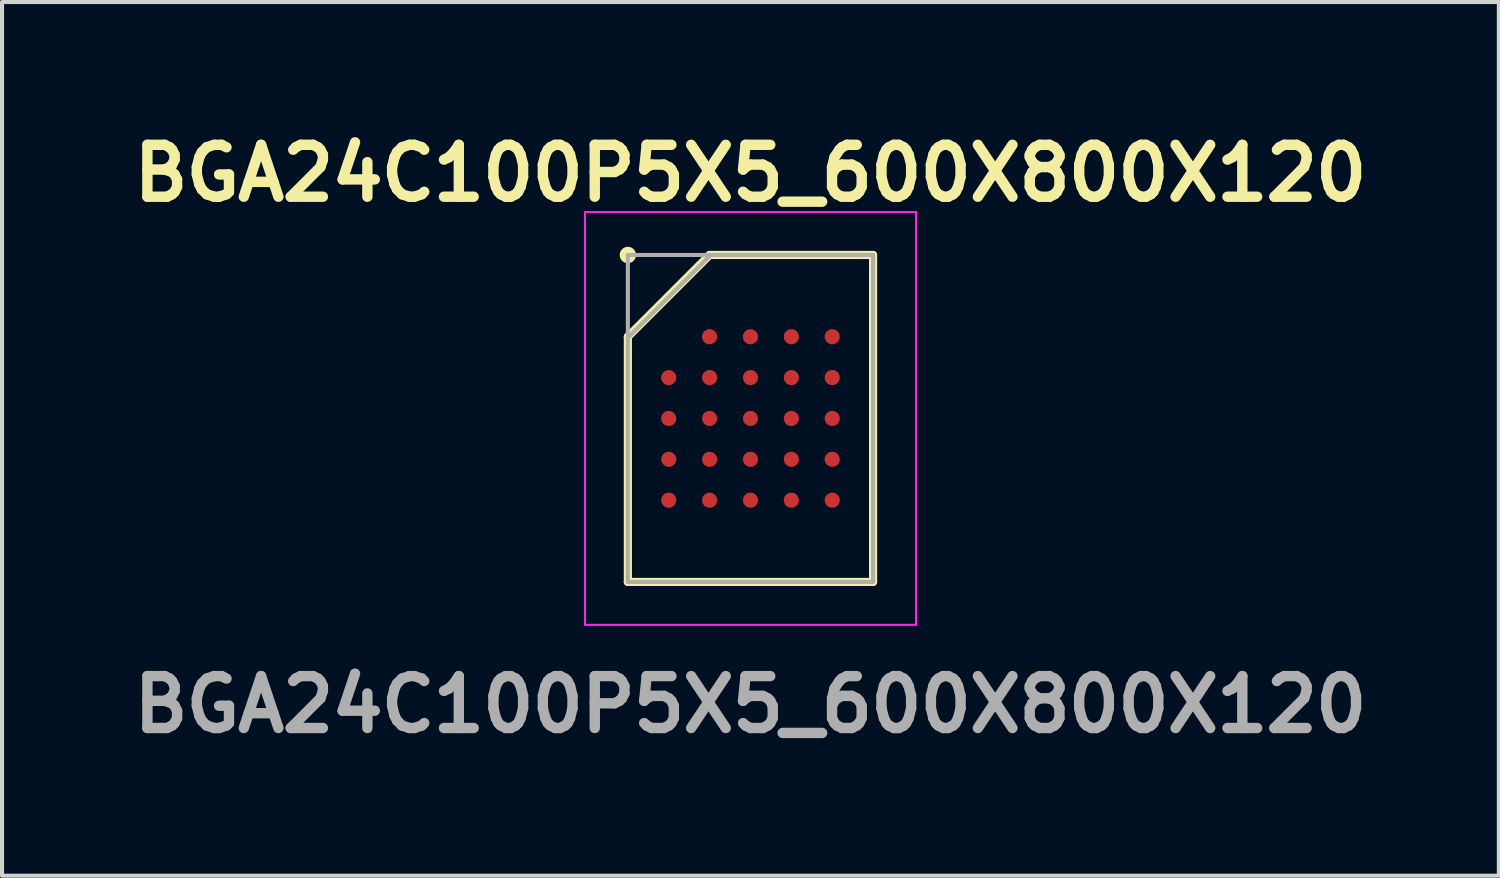
<source format=kicad_pcb>
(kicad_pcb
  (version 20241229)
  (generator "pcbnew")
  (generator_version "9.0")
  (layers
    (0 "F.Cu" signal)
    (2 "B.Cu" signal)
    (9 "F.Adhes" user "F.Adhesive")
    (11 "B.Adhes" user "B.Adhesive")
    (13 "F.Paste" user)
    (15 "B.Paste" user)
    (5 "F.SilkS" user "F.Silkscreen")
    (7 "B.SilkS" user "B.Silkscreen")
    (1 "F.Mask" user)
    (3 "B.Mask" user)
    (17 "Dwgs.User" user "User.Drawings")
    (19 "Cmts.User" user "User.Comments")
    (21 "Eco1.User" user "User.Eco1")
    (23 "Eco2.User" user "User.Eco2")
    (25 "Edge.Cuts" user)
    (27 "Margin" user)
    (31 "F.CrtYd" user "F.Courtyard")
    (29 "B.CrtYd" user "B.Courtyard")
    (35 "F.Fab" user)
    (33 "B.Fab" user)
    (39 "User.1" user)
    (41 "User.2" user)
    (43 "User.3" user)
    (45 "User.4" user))
  (footprint "BGA24C100P5X5_600X800X120"
    (layer "F.Cu")
    (at 15.313 7.189)
    (property "Reference" "BGA24C100P5X5_600X800X120" (at 0 -6 0) (layer "F.SilkS") (effects (font (size 1.27 1.27) (thickness 0.254))))
    (attr smd)
    (fp_line (start -3 -2) (end -1 -4) (stroke (width 0.2) (type solid)) (layer "F.SilkS"))
    (fp_line (start -3 4) (end -3 -2) (stroke (width 0.2) (type solid)) (layer "F.SilkS"))
    (fp_line (start -1 -4) (end 3 -4) (stroke (width 0.2) (type solid)) (layer "F.SilkS"))
    (fp_line (start 3 -4) (end 3 4) (stroke (width 0.2) (type solid)) (layer "F.SilkS"))
    (fp_line (start 3 4) (end -3 4) (stroke (width 0.2) (type solid)) (layer "F.SilkS"))
    (fp_circle (center -3 -4) (end -3 -3.9) (stroke (width 0.2) (type solid)) (fill no) (layer "F.SilkS"))
    (fp_line (start -4.05 -5.05) (end 4.05 -5.05) (stroke (width 0.05) (type solid)) (layer "F.CrtYd"))
    (fp_line (start -4.05 5.05) (end -4.05 -5.05) (stroke (width 0.05) (type solid)) (layer "F.CrtYd"))
    (fp_line (start 4.05 -5.05) (end 4.05 5.05) (stroke (width 0.05) (type solid)) (layer "F.CrtYd"))
    (fp_line (start 4.05 5.05) (end -4.05 5.05) (stroke (width 0.05) (type solid)) (layer "F.CrtYd"))
    (fp_line (start -3 -4) (end 3 -4) (stroke (width 0.1) (type solid)) (layer "F.Fab"))
    (fp_line (start -3 -1.975) (end -0.975 -4) (stroke (width 0.1) (type solid)) (layer "F.Fab"))
    (fp_line (start -3 4) (end -3 -4) (stroke (width 0.1) (type solid)) (layer "F.Fab"))
    (fp_line (start 3 -4) (end 3 4) (stroke (width 0.1) (type solid)) (layer "F.Fab"))
    (fp_line (start 3 4) (end -3 4) (stroke (width 0.1) (type solid)) (layer "F.Fab"))
    (fp_text user "${REFERENCE}" (at 0 7 0) (layer "F.Fab") (effects (font (size 1.27 1.27) (thickness 0.254))))
    (pad "A2" smd circle (at -1 -2 90) (size 0.37 0.37) (layers "F.Cu" "F.Mask" "F.Paste"))
    (pad "A3" smd circle (at 0 -2 90) (size 0.37 0.37) (layers "F.Cu" "F.Mask" "F.Paste"))
    (pad "A4" smd circle (at 1 -2 90) (size 0.37 0.37) (layers "F.Cu" "F.Mask" "F.Paste"))
    (pad "A5" smd circle (at 2 -2 90) (size 0.37 0.37) (layers "F.Cu" "F.Mask" "F.Paste"))
    (pad "B1" smd circle (at -2 -1 90) (size 0.37 0.37) (layers "F.Cu" "F.Mask" "F.Paste"))
    (pad "B2" smd circle (at -1 -1 90) (size 0.37 0.37) (layers "F.Cu" "F.Mask" "F.Paste"))
    (pad "B3" smd circle (at 0 -1 90) (size 0.37 0.37) (layers "F.Cu" "F.Mask" "F.Paste"))
    (pad "B4" smd circle (at 1 -1 90) (size 0.37 0.37) (layers "F.Cu" "F.Mask" "F.Paste"))
    (pad "B5" smd circle (at 2 -1 90) (size 0.37 0.37) (layers "F.Cu" "F.Mask" "F.Paste"))
    (pad "C1" smd circle (at -2 0 90) (size 0.37 0.37) (layers "F.Cu" "F.Mask" "F.Paste"))
    (pad "C2" smd circle (at -1 0 90) (size 0.37 0.37) (layers "F.Cu" "F.Mask" "F.Paste"))
    (pad "C3" smd circle (at 0 0 90) (size 0.37 0.37) (layers "F.Cu" "F.Mask" "F.Paste"))
    (pad "C4" smd circle (at 1 0 90) (size 0.37 0.37) (layers "F.Cu" "F.Mask" "F.Paste"))
    (pad "C5" smd circle (at 2 0 90) (size 0.37 0.37) (layers "F.Cu" "F.Mask" "F.Paste"))
    (pad "D1" smd circle (at -2 1 90) (size 0.37 0.37) (layers "F.Cu" "F.Mask" "F.Paste"))
    (pad "D2" smd circle (at -1 1 90) (size 0.37 0.37) (layers "F.Cu" "F.Mask" "F.Paste"))
    (pad "D3" smd circle (at 0 1 90) (size 0.37 0.37) (layers "F.Cu" "F.Mask" "F.Paste"))
    (pad "D4" smd circle (at 1 1 90) (size 0.37 0.37) (layers "F.Cu" "F.Mask" "F.Paste"))
    (pad "D5" smd circle (at 2 1 90) (size 0.37 0.37) (layers "F.Cu" "F.Mask" "F.Paste"))
    (pad "E1" smd circle (at -2 2 90) (size 0.37 0.37) (layers "F.Cu" "F.Mask" "F.Paste"))
    (pad "E2" smd circle (at -1 2 90) (size 0.37 0.37) (layers "F.Cu" "F.Mask" "F.Paste"))
    (pad "E3" smd circle (at 0 2 90) (size 0.37 0.37) (layers "F.Cu" "F.Mask" "F.Paste"))
    (pad "E4" smd circle (at 1 2 90) (size 0.37 0.37) (layers "F.Cu" "F.Mask" "F.Paste"))
    (pad "E5" smd circle (at 2 2 90) (size 0.37 0.37) (layers "F.Cu" "F.Mask" "F.Paste")))
  (gr_rect
    (start -3 -3)
    (end 33.625 18.377)
    (stroke (width 0.1) (type default))
    (fill no)
    (layer "Edge.Cuts")))
</source>
